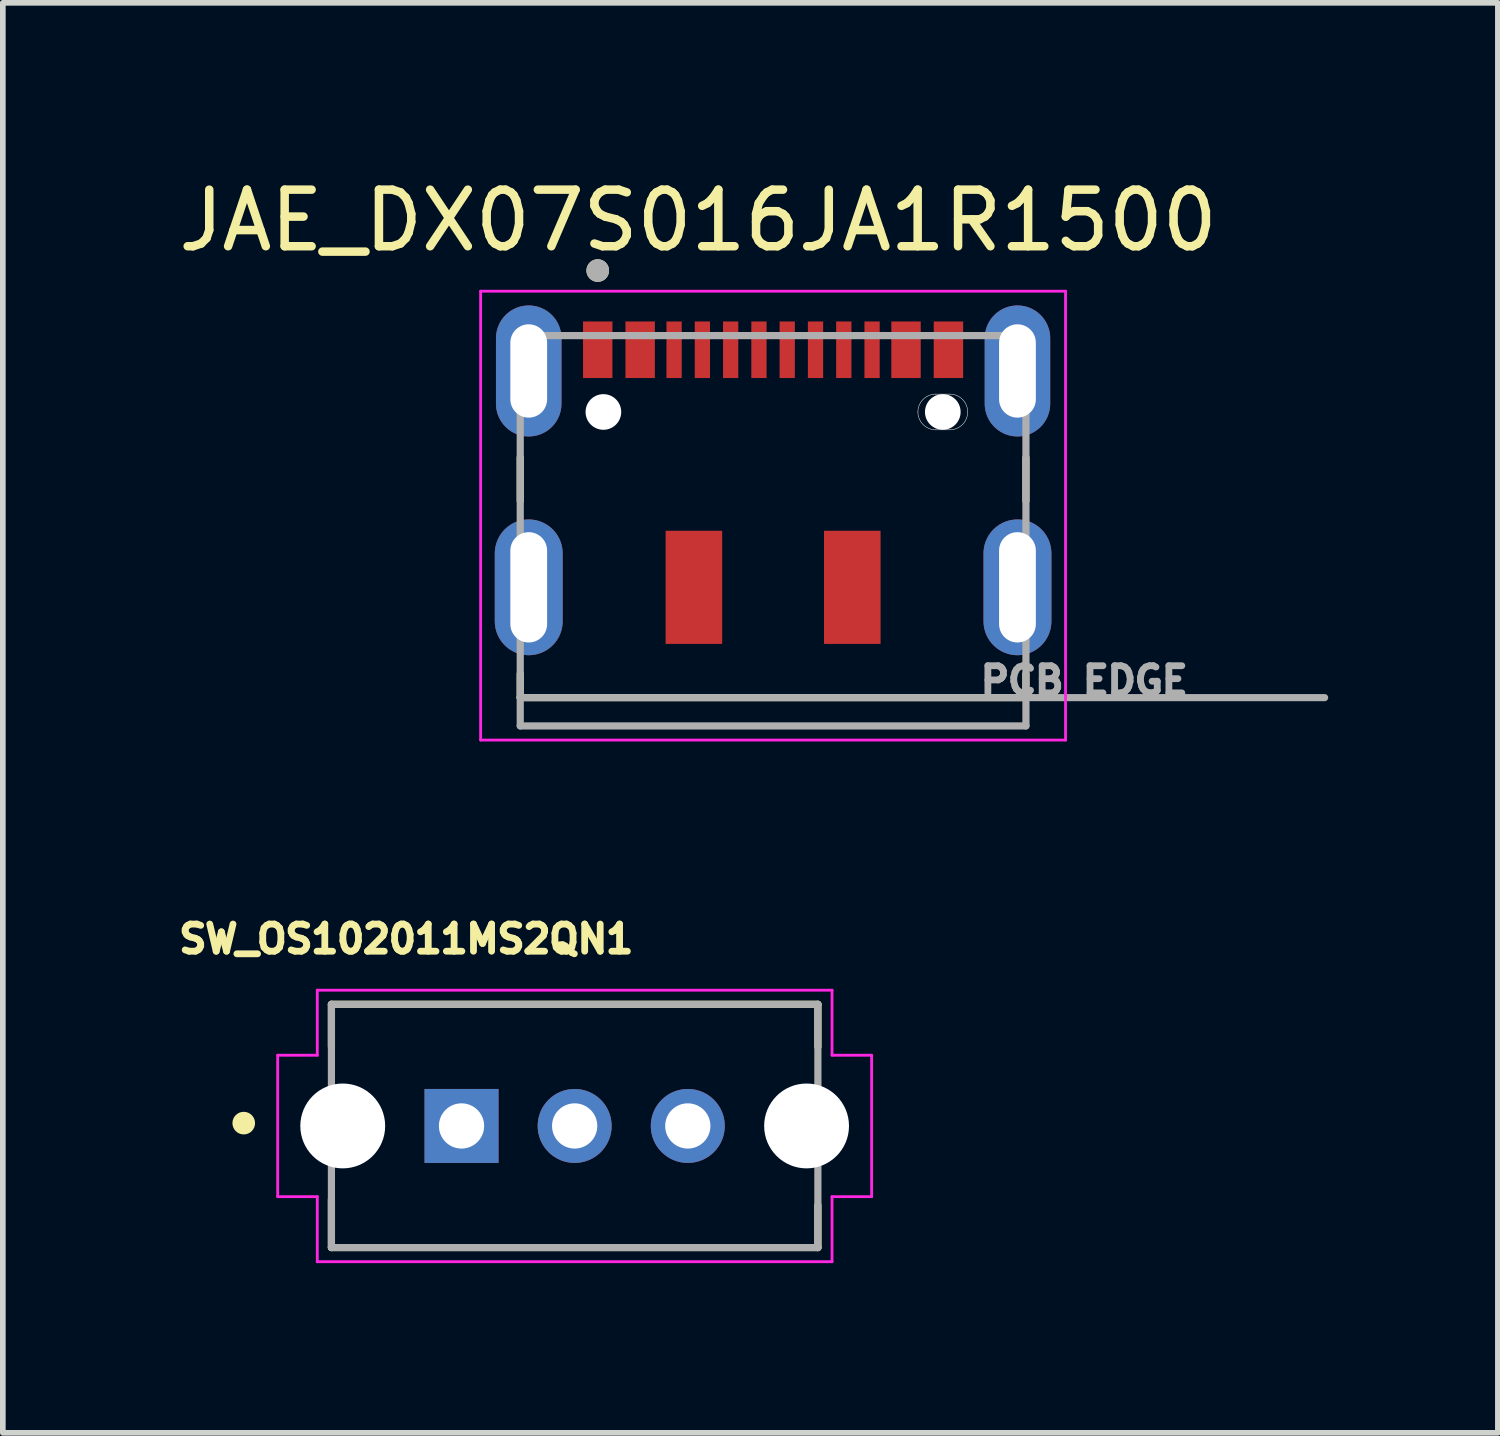
<source format=kicad_pcb>
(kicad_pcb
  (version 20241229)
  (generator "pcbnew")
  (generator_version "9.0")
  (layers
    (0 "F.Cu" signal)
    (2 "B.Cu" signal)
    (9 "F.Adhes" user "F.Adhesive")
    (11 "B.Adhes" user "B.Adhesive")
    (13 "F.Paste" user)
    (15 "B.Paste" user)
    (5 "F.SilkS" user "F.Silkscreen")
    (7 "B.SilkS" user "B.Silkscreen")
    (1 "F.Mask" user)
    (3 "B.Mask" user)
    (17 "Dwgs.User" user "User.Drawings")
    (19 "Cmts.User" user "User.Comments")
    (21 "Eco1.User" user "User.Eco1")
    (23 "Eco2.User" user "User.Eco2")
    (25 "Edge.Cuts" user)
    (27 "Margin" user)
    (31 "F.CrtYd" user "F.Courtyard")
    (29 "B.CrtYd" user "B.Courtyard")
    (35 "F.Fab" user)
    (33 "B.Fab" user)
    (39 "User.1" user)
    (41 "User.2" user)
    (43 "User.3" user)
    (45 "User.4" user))
  (footprint "SW_OS102011MS2QN1"
    (layer "F.Cu")
    (at 7.109 16.855)
    (property "Reference" "SW_OS102011MS2QN1" (at -2.977 -3.305 0) (layer "F.SilkS") (effects (font (size 0.48 0.48) (thickness 0.15))))
    (attr through_hole)
    (fp_line (start -4.3 -2.15) (end -4.3 -1.4) (stroke (width 0.127) (type solid)) (layer "F.SilkS"))
    (fp_line (start -4.3 1.3) (end -4.3 2.15) (stroke (width 0.127) (type solid)) (layer "F.SilkS"))
    (fp_line (start -4.3 2.15) (end 4.3 2.15) (stroke (width 0.127) (type solid)) (layer "F.SilkS"))
    (fp_line (start 4.3 -2.15) (end -4.3 -2.15) (stroke (width 0.127) (type solid)) (layer "F.SilkS"))
    (fp_line (start 4.3 -1.4) (end 4.3 -2.15) (stroke (width 0.127) (type solid)) (layer "F.SilkS"))
    (fp_line (start 4.3 2.15) (end 4.3 1.4) (stroke (width 0.127) (type solid)) (layer "F.SilkS"))
    (fp_circle (center -5.85 -0.05) (end -5.75 -0.05) (stroke (width 0.2) (type solid)) (fill no) (layer "F.SilkS"))
    (fp_line (start -5.25 -1.25) (end -4.55 -1.25) (stroke (width 0.05) (type solid)) (layer "F.CrtYd"))
    (fp_line (start -5.25 1.25) (end -5.25 -1.25) (stroke (width 0.05) (type solid)) (layer "F.CrtYd"))
    (fp_line (start -4.55 -2.4) (end 4.55 -2.4) (stroke (width 0.05) (type solid)) (layer "F.CrtYd"))
    (fp_line (start -4.55 -1.25) (end -4.55 -2.4) (stroke (width 0.05) (type solid)) (layer "F.CrtYd"))
    (fp_line (start -4.55 1.25) (end -5.25 1.25) (stroke (width 0.05) (type solid)) (layer "F.CrtYd"))
    (fp_line (start -4.55 2.4) (end -4.55 1.25) (stroke (width 0.05) (type solid)) (layer "F.CrtYd"))
    (fp_line (start 4.55 -2.4) (end 4.55 -1.25) (stroke (width 0.05) (type solid)) (layer "F.CrtYd"))
    (fp_line (start 4.55 -1.25) (end 5.25 -1.25) (stroke (width 0.05) (type solid)) (layer "F.CrtYd"))
    (fp_line (start 4.55 1.25) (end 4.55 2.4) (stroke (width 0.05) (type solid)) (layer "F.CrtYd"))
    (fp_line (start 4.55 2.4) (end -4.55 2.4) (stroke (width 0.05) (type solid)) (layer "F.CrtYd"))
    (fp_line (start 5.25 -1.25) (end 5.25 1.25) (stroke (width 0.05) (type solid)) (layer "F.CrtYd"))
    (fp_line (start 5.25 1.25) (end 4.55 1.25) (stroke (width 0.05) (type solid)) (layer "F.CrtYd"))
    (fp_line (start -4.3 -2.15) (end 4.3 -2.15) (stroke (width 0.127) (type solid)) (layer "F.Fab"))
    (fp_line (start -4.3 2.15) (end -4.3 -2.15) (stroke (width 0.127) (type solid)) (layer "F.Fab"))
    (fp_line (start 4.3 -2.15) (end 4.3 2.15) (stroke (width 0.127) (type solid)) (layer "F.Fab"))
    (fp_line (start 4.3 2.15) (end -4.3 2.15) (stroke (width 0.127) (type solid)) (layer "F.Fab"))
    (fp_circle (center -2.1 -0.05) (end -2 -0.05) (stroke (width 0.2) (type solid)) (fill no) (layer "F.Fab"))
    (pad "" np_thru_hole circle (at -4.1 0) (size 1.5 1.5) (drill 1.5) (layers "*.Cu" "*.Mask"))
    (pad "" np_thru_hole circle (at 4.1 0) (size 1.5 1.5) (drill 1.5) (layers "*.Cu" "*.Mask"))
    (pad "1" thru_hole rect (at -2 0) (size 1.308 1.308) (drill 0.8) (layers "*.Cu" "*.Mask"))
    (pad "2" thru_hole circle (at 0 0) (size 1.308 1.308) (drill 0.8) (layers "*.Cu" "*.Mask"))
    (pad "3" thru_hole circle (at 2 0) (size 1.308 1.308) (drill 0.8) (layers "*.Cu" "*.Mask")))
  (footprint "JAE_DX07S016JA1R1500"
    (layer "F.Cu")
    (at 10.617 4.233)
    (property "Reference" "JAE_DX07S016JA1R1500" (at -1.325 -3.385 0) (layer "F.SilkS") (effects (font (size 1 1) (thickness 0.15))))
    (attr through_hole)
    (fp_line (start -4.47 0.805) (end -4.47 1.57) (stroke (width 0.127) (type solid)) (layer "F.SilkS"))
    (fp_line (start -4.47 5.05) (end -4.47 4.63) (stroke (width 0.127) (type solid)) (layer "F.SilkS"))
    (fp_line (start 4.47 0.805) (end 4.47 1.57) (stroke (width 0.127) (type solid)) (layer "F.SilkS"))
    (fp_line (start 4.47 4.63) (end 4.47 5.05) (stroke (width 0.127) (type solid)) (layer "F.SilkS"))
    (fp_line (start 4.47 5.05) (end -4.47 5.05) (stroke (width 0.127) (type solid)) (layer "F.SilkS"))
    (fp_circle (center -3.1 -2.5) (end -3 -2.5) (stroke (width 0.2) (type solid)) (fill no) (layer "F.SilkS"))
    (fp_line (start 2.875 -0.315) (end 3.125 -0.315) (stroke (width 0.01) (type solid)) (layer "Edge.Cuts"))
    (fp_line (start 3.125 0.315) (end 2.875 0.315) (stroke (width 0.01) (type solid)) (layer "Edge.Cuts"))
    (fp_arc (start 2.56 0) (mid 2.652261 -0.222739) (end 2.875 -0.315) (stroke (width 0.01) (type solid)) (layer "Edge.Cuts"))
    (fp_arc (start 2.875 0.315) (mid 2.652261 0.222739) (end 2.56 0) (stroke (width 0.01) (type solid)) (layer "Edge.Cuts"))
    (fp_arc (start 3.125 -0.315) (mid 3.347739 -0.222739) (end 3.44 0) (stroke (width 0.01) (type solid)) (layer "Edge.Cuts"))
    (fp_arc (start 3.44 0) (mid 3.347739 0.222739) (end 3.125 0.315) (stroke (width 0.01) (type solid)) (layer "Edge.Cuts"))
    (fp_line (start -5.17 -2.135) (end 5.17 -2.135) (stroke (width 0.05) (type solid)) (layer "F.CrtYd"))
    (fp_line (start -5.17 5.8) (end -5.17 -2.135) (stroke (width 0.05) (type solid)) (layer "F.CrtYd"))
    (fp_line (start 5.17 -2.135) (end 5.17 5.8) (stroke (width 0.05) (type solid)) (layer "F.CrtYd"))
    (fp_line (start 5.17 5.8) (end -5.17 5.8) (stroke (width 0.05) (type solid)) (layer "F.CrtYd"))
    (fp_line (start -4.47 -1.35) (end 4.47 -1.35) (stroke (width 0.127) (type solid)) (layer "F.Fab"))
    (fp_line (start -4.47 5.05) (end -4.47 -1.35) (stroke (width 0.127) (type solid)) (layer "F.Fab"))
    (fp_line (start -4.47 5.55) (end -4.47 5.05) (stroke (width 0.127) (type solid)) (layer "F.Fab"))
    (fp_line (start 4.47 -1.35) (end 4.47 5.05) (stroke (width 0.127) (type solid)) (layer "F.Fab"))
    (fp_line (start 4.47 5.05) (end -4.47 5.05) (stroke (width 0.127) (type solid)) (layer "F.Fab"))
    (fp_line (start 4.47 5.05) (end 4.47 5.55) (stroke (width 0.127) (type solid)) (layer "F.Fab"))
    (fp_line (start 4.47 5.05) (end 9.75 5.05) (stroke (width 0.127) (type solid)) (layer "F.Fab"))
    (fp_line (start 4.47 5.55) (end -4.47 5.55) (stroke (width 0.127) (type solid)) (layer "F.Fab"))
    (fp_circle (center -3.1 -2.5) (end -3 -2.5) (stroke (width 0.2) (type solid)) (fill no) (layer "F.Fab"))
    (fp_text user "PCB EDGE" (at 5.5 4.75 0) (layer "F.Fab") (effects (font (size 0.48 0.48) (thickness 0.15))))
    (pad "" np_thru_hole circle (at -3 0) (size 0.63 0.63) (drill 0.63) (layers "*.Cu" "*.Mask"))
    (pad "" np_thru_hole circle (at 3 0) (size 0.6 0.6) (drill 0.6) (layers "*.Cu" "*.Mask"))
    (pad "" np_thru_hole circle (at 3 0) (size 0.63 0.63) (drill 0.63) (layers "*.Cu" "*.Mask"))
    (pad "1" smd rect (at -3.1 -1.1) (size 0.52 1) (layers "F.Cu" "F.Mask" "F.Paste"))
    (pad "2" smd rect (at -2.35 -1.1) (size 0.52 1) (layers "F.Cu" "F.Mask" "F.Paste"))
    (pad "3" smd rect (at -1.75 -1.1) (size 0.27 1) (layers "F.Cu" "F.Mask" "F.Paste"))
    (pad "4" smd rect (at -1.25 -1.1) (size 0.27 1) (layers "F.Cu" "F.Mask" "F.Paste"))
    (pad "5" smd rect (at -0.75 -1.1) (size 0.27 1) (layers "F.Cu" "F.Mask" "F.Paste"))
    (pad "6" smd rect (at -0.25 -1.1) (size 0.27 1) (layers "F.Cu" "F.Mask" "F.Paste"))
    (pad "7" smd rect (at 0.25 -1.1) (size 0.27 1) (layers "F.Cu" "F.Mask" "F.Paste"))
    (pad "8" smd rect (at 0.75 -1.1) (size 0.27 1) (layers "F.Cu" "F.Mask" "F.Paste"))
    (pad "9" smd rect (at 1.25 -1.1) (size 0.27 1) (layers "F.Cu" "F.Mask" "F.Paste"))
    (pad "10" smd rect (at 1.75 -1.1) (size 0.27 1) (layers "F.Cu" "F.Mask" "F.Paste"))
    (pad "11" smd rect (at 2.35 -1.1) (size 0.52 1) (layers "F.Cu" "F.Mask" "F.Paste"))
    (pad "12" smd rect (at 3.1 -1.1) (size 0.52 1) (layers "F.Cu" "F.Mask" "F.Paste"))
    (pad "S1" smd rect (at -1.4 3.1) (size 1 2) (layers "F.Cu" "F.Mask" "F.Paste"))
    (pad "S2" smd rect (at 1.4 3.1) (size 1 2) (layers "F.Cu" "F.Mask" "F.Paste"))
    (pad "S3" thru_hole oval (at -4.32 -0.725) (size 1.158 2.316) (drill oval 0.65 1.65) (layers "*.Cu" "*.Mask"))
    (pad "S4" thru_hole oval (at 4.32 -0.725) (size 1.158 2.316) (drill oval 0.65 1.65) (layers "*.Cu" "*.Mask"))
    (pad "S5" thru_hole oval (at -4.32 3.1) (size 1.2 2.4) (drill oval 0.65 1.95) (layers "*.Cu" "*.Mask"))
    (pad "S6" thru_hole oval (at 4.32 3.1) (size 1.2 2.4) (drill oval 0.65 1.95) (layers "*.Cu" "*.Mask")))
  (gr_rect
    (start -3 -3)
    (end 23.43 22.28)
    (stroke (width 0.1) (type default))
    (fill no)
    (layer "Edge.Cuts")))
</source>
